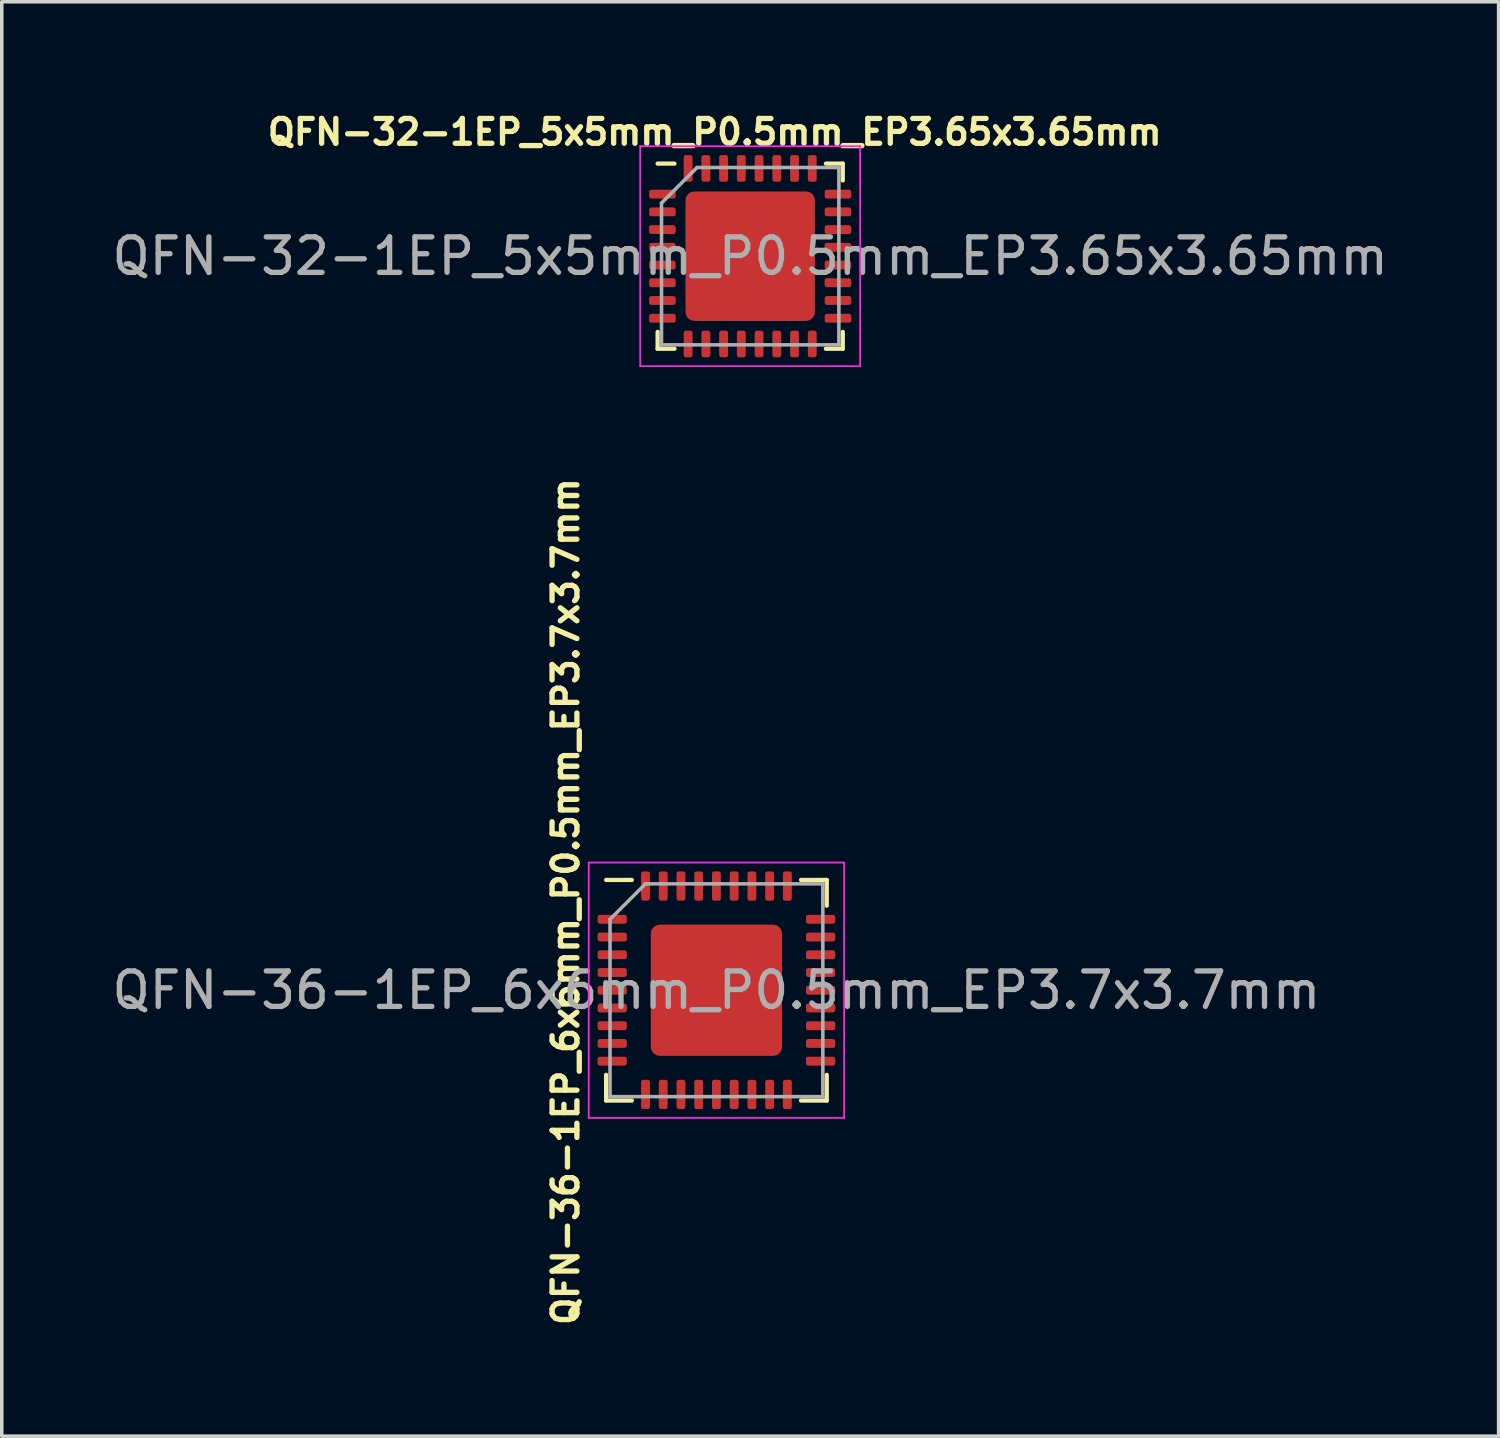
<source format=kicad_pcb>
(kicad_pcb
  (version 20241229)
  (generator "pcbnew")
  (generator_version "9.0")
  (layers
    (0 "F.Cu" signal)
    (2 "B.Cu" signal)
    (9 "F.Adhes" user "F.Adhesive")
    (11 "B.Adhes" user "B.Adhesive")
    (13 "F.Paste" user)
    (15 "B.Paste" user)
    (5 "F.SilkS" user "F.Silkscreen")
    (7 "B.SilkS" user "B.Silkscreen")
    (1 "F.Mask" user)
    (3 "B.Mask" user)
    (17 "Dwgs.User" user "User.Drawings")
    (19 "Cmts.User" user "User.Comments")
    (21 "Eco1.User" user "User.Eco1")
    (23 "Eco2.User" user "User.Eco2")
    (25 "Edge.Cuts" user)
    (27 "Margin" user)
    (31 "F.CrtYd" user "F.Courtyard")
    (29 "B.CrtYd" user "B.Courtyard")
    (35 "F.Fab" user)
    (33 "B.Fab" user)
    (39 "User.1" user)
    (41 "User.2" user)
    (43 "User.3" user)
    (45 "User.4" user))
  (footprint "QFN-36-1EP_6x6mm_P0.5mm_EP3.7x3.7mm"
    (layer "F.Cu")
    (at 17.149 24.869)
    (property "Reference" "QFN-36-1EP_6x6mm_P0.5mm_EP3.7x3.7mm" (at -4.25 -2.5 90) (layer "F.SilkS") (effects (font (size 0.7 0.7) (thickness 0.15))))
    (attr smd)
    (fp_line (start -3.11 3.11) (end -3.11 2.385) (stroke (width 0.12) (type solid)) (layer "F.SilkS"))
    (fp_line (start -2.385 -3.11) (end -3.11 -3.11) (stroke (width 0.12) (type solid)) (layer "F.SilkS"))
    (fp_line (start -2.385 3.11) (end -3.11 3.11) (stroke (width 0.12) (type solid)) (layer "F.SilkS"))
    (fp_line (start 2.385 -3.11) (end 3.11 -3.11) (stroke (width 0.12) (type solid)) (layer "F.SilkS"))
    (fp_line (start 2.385 3.11) (end 3.11 3.11) (stroke (width 0.12) (type solid)) (layer "F.SilkS"))
    (fp_line (start 3.11 -3.11) (end 3.11 -2.385) (stroke (width 0.12) (type solid)) (layer "F.SilkS"))
    (fp_line (start 3.11 3.11) (end 3.11 2.385) (stroke (width 0.12) (type solid)) (layer "F.SilkS"))
    (fp_line (start -3.6 -3.6) (end -3.6 3.6) (stroke (width 0.05) (type solid)) (layer "F.CrtYd"))
    (fp_line (start -3.6 3.6) (end 3.6 3.6) (stroke (width 0.05) (type solid)) (layer "F.CrtYd"))
    (fp_line (start 3.6 -3.6) (end -3.6 -3.6) (stroke (width 0.05) (type solid)) (layer "F.CrtYd"))
    (fp_line (start 3.6 3.6) (end 3.6 -3.6) (stroke (width 0.05) (type solid)) (layer "F.CrtYd"))
    (fp_line (start -3 -2) (end -2 -3) (stroke (width 0.1) (type solid)) (layer "F.Fab"))
    (fp_line (start -3 3) (end -3 -2) (stroke (width 0.1) (type solid)) (layer "F.Fab"))
    (fp_line (start -2 -3) (end 3 -3) (stroke (width 0.1) (type solid)) (layer "F.Fab"))
    (fp_line (start 3 -3) (end 3 3) (stroke (width 0.1) (type solid)) (layer "F.Fab"))
    (fp_line (start 3 3) (end -3 3) (stroke (width 0.1) (type solid)) (layer "F.Fab"))
    (fp_text user "${REFERENCE}" (at 0 0 0) (layer "F.Fab") (effects (font (size 1 1) (thickness 0.15))))
    (pad "" smd roundrect (at -1.23 -1.23) (size 0.99 0.99) (layers "F.Paste") (roundrect_rratio 0.25))
    (pad "" smd roundrect (at -1.23 0) (size 0.99 0.99) (layers "F.Paste") (roundrect_rratio 0.25))
    (pad "" smd roundrect (at -1.23 1.23) (size 0.99 0.99) (layers "F.Paste") (roundrect_rratio 0.25))
    (pad "" smd roundrect (at 0 -1.23) (size 0.99 0.99) (layers "F.Paste") (roundrect_rratio 0.25))
    (pad "" smd roundrect (at 0 0) (size 0.99 0.99) (layers "F.Paste") (roundrect_rratio 0.25))
    (pad "" smd roundrect (at 0 1.23) (size 0.99 0.99) (layers "F.Paste") (roundrect_rratio 0.25))
    (pad "" smd roundrect (at 1.23 -1.23) (size 0.99 0.99) (layers "F.Paste") (roundrect_rratio 0.25))
    (pad "" smd roundrect (at 1.23 0) (size 0.99 0.99) (layers "F.Paste") (roundrect_rratio 0.25))
    (pad "" smd roundrect (at 1.23 1.23) (size 0.99 0.99) (layers "F.Paste") (roundrect_rratio 0.25))
    (pad "1" smd roundrect (at -2.938 -2) (size 0.825 0.25) (layers "F.Cu" "F.Mask" "F.Paste") (roundrect_rratio 0.25))
    (pad "2" smd roundrect (at -2.938 -1.5) (size 0.825 0.25) (layers "F.Cu" "F.Mask" "F.Paste") (roundrect_rratio 0.25))
    (pad "3" smd roundrect (at -2.938 -1) (size 0.825 0.25) (layers "F.Cu" "F.Mask" "F.Paste") (roundrect_rratio 0.25))
    (pad "4" smd roundrect (at -2.938 -0.5) (size 0.825 0.25) (layers "F.Cu" "F.Mask" "F.Paste") (roundrect_rratio 0.25))
    (pad "5" smd roundrect (at -2.938 0) (size 0.825 0.25) (layers "F.Cu" "F.Mask" "F.Paste") (roundrect_rratio 0.25))
    (pad "6" smd roundrect (at -2.938 0.5) (size 0.825 0.25) (layers "F.Cu" "F.Mask" "F.Paste") (roundrect_rratio 0.25))
    (pad "7" smd roundrect (at -2.938 1) (size 0.825 0.25) (layers "F.Cu" "F.Mask" "F.Paste") (roundrect_rratio 0.25))
    (pad "8" smd roundrect (at -2.938 1.5) (size 0.825 0.25) (layers "F.Cu" "F.Mask" "F.Paste") (roundrect_rratio 0.25))
    (pad "9" smd roundrect (at -2.938 2) (size 0.825 0.25) (layers "F.Cu" "F.Mask" "F.Paste") (roundrect_rratio 0.25))
    (pad "10" smd roundrect (at -2 2.938) (size 0.25 0.825) (layers "F.Cu" "F.Mask" "F.Paste") (roundrect_rratio 0.25))
    (pad "11" smd roundrect (at -1.5 2.938) (size 0.25 0.825) (layers "F.Cu" "F.Mask" "F.Paste") (roundrect_rratio 0.25))
    (pad "12" smd roundrect (at -1 2.938) (size 0.25 0.825) (layers "F.Cu" "F.Mask" "F.Paste") (roundrect_rratio 0.25))
    (pad "13" smd roundrect (at -0.5 2.938) (size 0.25 0.825) (layers "F.Cu" "F.Mask" "F.Paste") (roundrect_rratio 0.25))
    (pad "14" smd roundrect (at 0 2.938) (size 0.25 0.825) (layers "F.Cu" "F.Mask" "F.Paste") (roundrect_rratio 0.25))
    (pad "15" smd roundrect (at 0.5 2.938) (size 0.25 0.825) (layers "F.Cu" "F.Mask" "F.Paste") (roundrect_rratio 0.25))
    (pad "16" smd roundrect (at 1 2.938) (size 0.25 0.825) (layers "F.Cu" "F.Mask" "F.Paste") (roundrect_rratio 0.25))
    (pad "17" smd roundrect (at 1.5 2.938) (size 0.25 0.825) (layers "F.Cu" "F.Mask" "F.Paste") (roundrect_rratio 0.25))
    (pad "18" smd roundrect (at 2 2.938) (size 0.25 0.825) (layers "F.Cu" "F.Mask" "F.Paste") (roundrect_rratio 0.25))
    (pad "19" smd roundrect (at 2.938 2) (size 0.825 0.25) (layers "F.Cu" "F.Mask" "F.Paste") (roundrect_rratio 0.25))
    (pad "20" smd roundrect (at 2.938 1.5) (size 0.825 0.25) (layers "F.Cu" "F.Mask" "F.Paste") (roundrect_rratio 0.25))
    (pad "21" smd roundrect (at 2.938 1) (size 0.825 0.25) (layers "F.Cu" "F.Mask" "F.Paste") (roundrect_rratio 0.25))
    (pad "22" smd roundrect (at 2.938 0.5) (size 0.825 0.25) (layers "F.Cu" "F.Mask" "F.Paste") (roundrect_rratio 0.25))
    (pad "23" smd roundrect (at 2.938 0) (size 0.825 0.25) (layers "F.Cu" "F.Mask" "F.Paste") (roundrect_rratio 0.25))
    (pad "24" smd roundrect (at 2.938 -0.5) (size 0.825 0.25) (layers "F.Cu" "F.Mask" "F.Paste") (roundrect_rratio 0.25))
    (pad "25" smd roundrect (at 2.938 -1) (size 0.825 0.25) (layers "F.Cu" "F.Mask" "F.Paste") (roundrect_rratio 0.25))
    (pad "26" smd roundrect (at 2.938 -1.5) (size 0.825 0.25) (layers "F.Cu" "F.Mask" "F.Paste") (roundrect_rratio 0.25))
    (pad "27" smd roundrect (at 2.938 -2) (size 0.825 0.25) (layers "F.Cu" "F.Mask" "F.Paste") (roundrect_rratio 0.25))
    (pad "28" smd roundrect (at 2 -2.938) (size 0.25 0.825) (layers "F.Cu" "F.Mask" "F.Paste") (roundrect_rratio 0.25))
    (pad "29" smd roundrect (at 1.5 -2.938) (size 0.25 0.825) (layers "F.Cu" "F.Mask" "F.Paste") (roundrect_rratio 0.25))
    (pad "30" smd roundrect (at 1 -2.938) (size 0.25 0.825) (layers "F.Cu" "F.Mask" "F.Paste") (roundrect_rratio 0.25))
    (pad "31" smd roundrect (at 0.5 -2.938) (size 0.25 0.825) (layers "F.Cu" "F.Mask" "F.Paste") (roundrect_rratio 0.25))
    (pad "32" smd roundrect (at 0 -2.938) (size 0.25 0.825) (layers "F.Cu" "F.Mask" "F.Paste") (roundrect_rratio 0.25))
    (pad "33" smd roundrect (at -0.5 -2.938) (size 0.25 0.825) (layers "F.Cu" "F.Mask" "F.Paste") (roundrect_rratio 0.25))
    (pad "34" smd roundrect (at -1 -2.938) (size 0.25 0.825) (layers "F.Cu" "F.Mask" "F.Paste") (roundrect_rratio 0.25))
    (pad "35" smd roundrect (at -1.5 -2.938) (size 0.25 0.825) (layers "F.Cu" "F.Mask" "F.Paste") (roundrect_rratio 0.25))
    (pad "36" smd roundrect (at -2 -2.938) (size 0.25 0.825) (layers "F.Cu" "F.Mask" "F.Paste") (roundrect_rratio 0.25))
    (pad "37" smd roundrect (at 0 0) (size 3.7 3.7) (layers "F.Cu" "F.Mask") (roundrect_rratio 0.068)))
  (footprint "QFN-32-1EP_5x5mm_P0.5mm_EP3.65x3.65mm"
    (layer "F.Cu")
    (at 18.101 4.173)
    (property "Reference" "QFN-32-1EP_5x5mm_P0.5mm_EP3.65x3.65mm" (at -1 -3.5 0) (layer "F.SilkS") (effects (font (size 0.7 0.7) (thickness 0.15))))
    (attr smd)
    (fp_line (start -2.61 2.61) (end -2.61 2.135) (stroke (width 0.12) (type solid)) (layer "F.SilkS"))
    (fp_line (start -2.135 -2.61) (end -2.61 -2.61) (stroke (width 0.12) (type solid)) (layer "F.SilkS"))
    (fp_line (start -2.135 2.61) (end -2.61 2.61) (stroke (width 0.12) (type solid)) (layer "F.SilkS"))
    (fp_line (start 2.135 -2.61) (end 2.61 -2.61) (stroke (width 0.12) (type solid)) (layer "F.SilkS"))
    (fp_line (start 2.135 2.61) (end 2.61 2.61) (stroke (width 0.12) (type solid)) (layer "F.SilkS"))
    (fp_line (start 2.61 -2.61) (end 2.61 -2.135) (stroke (width 0.12) (type solid)) (layer "F.SilkS"))
    (fp_line (start 2.61 2.61) (end 2.61 2.135) (stroke (width 0.12) (type solid)) (layer "F.SilkS"))
    (fp_line (start -3.1 -3.1) (end -3.1 3.1) (stroke (width 0.05) (type solid)) (layer "F.CrtYd"))
    (fp_line (start -3.1 3.1) (end 3.1 3.1) (stroke (width 0.05) (type solid)) (layer "F.CrtYd"))
    (fp_line (start 3.1 -3.1) (end -3.1 -3.1) (stroke (width 0.05) (type solid)) (layer "F.CrtYd"))
    (fp_line (start 3.1 3.1) (end 3.1 -3.1) (stroke (width 0.05) (type solid)) (layer "F.CrtYd"))
    (fp_line (start -2.5 -1.5) (end -1.5 -2.5) (stroke (width 0.1) (type solid)) (layer "F.Fab"))
    (fp_line (start -2.5 2.5) (end -2.5 -1.5) (stroke (width 0.1) (type solid)) (layer "F.Fab"))
    (fp_line (start -1.5 -2.5) (end 2.5 -2.5) (stroke (width 0.1) (type solid)) (layer "F.Fab"))
    (fp_line (start 2.5 -2.5) (end 2.5 2.5) (stroke (width 0.1) (type solid)) (layer "F.Fab"))
    (fp_line (start 2.5 2.5) (end -2.5 2.5) (stroke (width 0.1) (type solid)) (layer "F.Fab"))
    (fp_text user "${REFERENCE}" (at 0 0 0) (layer "F.Fab") (effects (font (size 1 1) (thickness 0.15))))
    (pad "" smd roundrect (at -1.22 -1.22) (size 0.98 0.98) (layers "F.Paste") (roundrect_rratio 0.25))
    (pad "" smd roundrect (at -1.22 0) (size 0.98 0.98) (layers "F.Paste") (roundrect_rratio 0.25))
    (pad "" smd roundrect (at -1.22 1.22) (size 0.98 0.98) (layers "F.Paste") (roundrect_rratio 0.25))
    (pad "" smd roundrect (at 0 -1.22) (size 0.98 0.98) (layers "F.Paste") (roundrect_rratio 0.25))
    (pad "" smd roundrect (at 0 0) (size 0.98 0.98) (layers "F.Paste") (roundrect_rratio 0.25))
    (pad "" smd roundrect (at 0 1.22) (size 0.98 0.98) (layers "F.Paste") (roundrect_rratio 0.25))
    (pad "" smd roundrect (at 1.22 -1.22) (size 0.98 0.98) (layers "F.Paste") (roundrect_rratio 0.25))
    (pad "" smd roundrect (at 1.22 0) (size 0.98 0.98) (layers "F.Paste") (roundrect_rratio 0.25))
    (pad "" smd roundrect (at 1.22 1.22) (size 0.98 0.98) (layers "F.Paste") (roundrect_rratio 0.25))
    (pad "1" smd roundrect (at -2.475 -1.75) (size 0.75 0.25) (layers "F.Cu" "F.Mask" "F.Paste") (roundrect_rratio 0.25))
    (pad "2" smd roundrect (at -2.475 -1.25) (size 0.75 0.25) (layers "F.Cu" "F.Mask" "F.Paste") (roundrect_rratio 0.25))
    (pad "3" smd roundrect (at -2.475 -0.75) (size 0.75 0.25) (layers "F.Cu" "F.Mask" "F.Paste") (roundrect_rratio 0.25))
    (pad "4" smd roundrect (at -2.475 -0.25) (size 0.75 0.25) (layers "F.Cu" "F.Mask" "F.Paste") (roundrect_rratio 0.25))
    (pad "5" smd roundrect (at -2.475 0.25) (size 0.75 0.25) (layers "F.Cu" "F.Mask" "F.Paste") (roundrect_rratio 0.25))
    (pad "6" smd roundrect (at -2.475 0.75) (size 0.75 0.25) (layers "F.Cu" "F.Mask" "F.Paste") (roundrect_rratio 0.25))
    (pad "7" smd roundrect (at -2.475 1.25) (size 0.75 0.25) (layers "F.Cu" "F.Mask" "F.Paste") (roundrect_rratio 0.25))
    (pad "8" smd roundrect (at -2.475 1.75) (size 0.75 0.25) (layers "F.Cu" "F.Mask" "F.Paste") (roundrect_rratio 0.25))
    (pad "9" smd roundrect (at -1.75 2.475) (size 0.25 0.75) (layers "F.Cu" "F.Mask" "F.Paste") (roundrect_rratio 0.25))
    (pad "10" smd roundrect (at -1.25 2.475) (size 0.25 0.75) (layers "F.Cu" "F.Mask" "F.Paste") (roundrect_rratio 0.25))
    (pad "11" smd roundrect (at -0.75 2.475) (size 0.25 0.75) (layers "F.Cu" "F.Mask" "F.Paste") (roundrect_rratio 0.25))
    (pad "12" smd roundrect (at -0.25 2.475) (size 0.25 0.75) (layers "F.Cu" "F.Mask" "F.Paste") (roundrect_rratio 0.25))
    (pad "13" smd roundrect (at 0.25 2.475) (size 0.25 0.75) (layers "F.Cu" "F.Mask" "F.Paste") (roundrect_rratio 0.25))
    (pad "14" smd roundrect (at 0.75 2.475) (size 0.25 0.75) (layers "F.Cu" "F.Mask" "F.Paste") (roundrect_rratio 0.25))
    (pad "15" smd roundrect (at 1.25 2.475) (size 0.25 0.75) (layers "F.Cu" "F.Mask" "F.Paste") (roundrect_rratio 0.25))
    (pad "16" smd roundrect (at 1.75 2.475) (size 0.25 0.75) (layers "F.Cu" "F.Mask" "F.Paste") (roundrect_rratio 0.25))
    (pad "17" smd roundrect (at 2.475 1.75) (size 0.75 0.25) (layers "F.Cu" "F.Mask" "F.Paste") (roundrect_rratio 0.25))
    (pad "18" smd roundrect (at 2.475 1.25) (size 0.75 0.25) (layers "F.Cu" "F.Mask" "F.Paste") (roundrect_rratio 0.25))
    (pad "19" smd roundrect (at 2.475 0.75) (size 0.75 0.25) (layers "F.Cu" "F.Mask" "F.Paste") (roundrect_rratio 0.25))
    (pad "20" smd roundrect (at 2.475 0.25) (size 0.75 0.25) (layers "F.Cu" "F.Mask" "F.Paste") (roundrect_rratio 0.25))
    (pad "21" smd roundrect (at 2.475 -0.25) (size 0.75 0.25) (layers "F.Cu" "F.Mask" "F.Paste") (roundrect_rratio 0.25))
    (pad "22" smd roundrect (at 2.475 -0.75) (size 0.75 0.25) (layers "F.Cu" "F.Mask" "F.Paste") (roundrect_rratio 0.25))
    (pad "23" smd roundrect (at 2.475 -1.25) (size 0.75 0.25) (layers "F.Cu" "F.Mask" "F.Paste") (roundrect_rratio 0.25))
    (pad "24" smd roundrect (at 2.475 -1.75) (size 0.75 0.25) (layers "F.Cu" "F.Mask" "F.Paste") (roundrect_rratio 0.25))
    (pad "25" smd roundrect (at 1.75 -2.475) (size 0.25 0.75) (layers "F.Cu" "F.Mask" "F.Paste") (roundrect_rratio 0.25))
    (pad "26" smd roundrect (at 1.25 -2.475) (size 0.25 0.75) (layers "F.Cu" "F.Mask" "F.Paste") (roundrect_rratio 0.25))
    (pad "27" smd roundrect (at 0.75 -2.475) (size 0.25 0.75) (layers "F.Cu" "F.Mask" "F.Paste") (roundrect_rratio 0.25))
    (pad "28" smd roundrect (at 0.25 -2.475) (size 0.25 0.75) (layers "F.Cu" "F.Mask" "F.Paste") (roundrect_rratio 0.25))
    (pad "29" smd roundrect (at -0.25 -2.475) (size 0.25 0.75) (layers "F.Cu" "F.Mask" "F.Paste") (roundrect_rratio 0.25))
    (pad "30" smd roundrect (at -0.75 -2.475) (size 0.25 0.75) (layers "F.Cu" "F.Mask" "F.Paste") (roundrect_rratio 0.25))
    (pad "31" smd roundrect (at -1.25 -2.475) (size 0.25 0.75) (layers "F.Cu" "F.Mask" "F.Paste") (roundrect_rratio 0.25))
    (pad "32" smd roundrect (at -1.75 -2.475) (size 0.25 0.75) (layers "F.Cu" "F.Mask" "F.Paste") (roundrect_rratio 0.25))
    (pad "33" smd roundrect (at 0 0) (size 3.65 3.65) (layers "F.Cu" "F.Mask") (roundrect_rratio 0.068)))
  (gr_rect
    (start -3 -3)
    (end 39.202 37.441)
    (stroke (width 0.1) (type default))
    (fill no)
    (layer "Edge.Cuts")))
</source>
